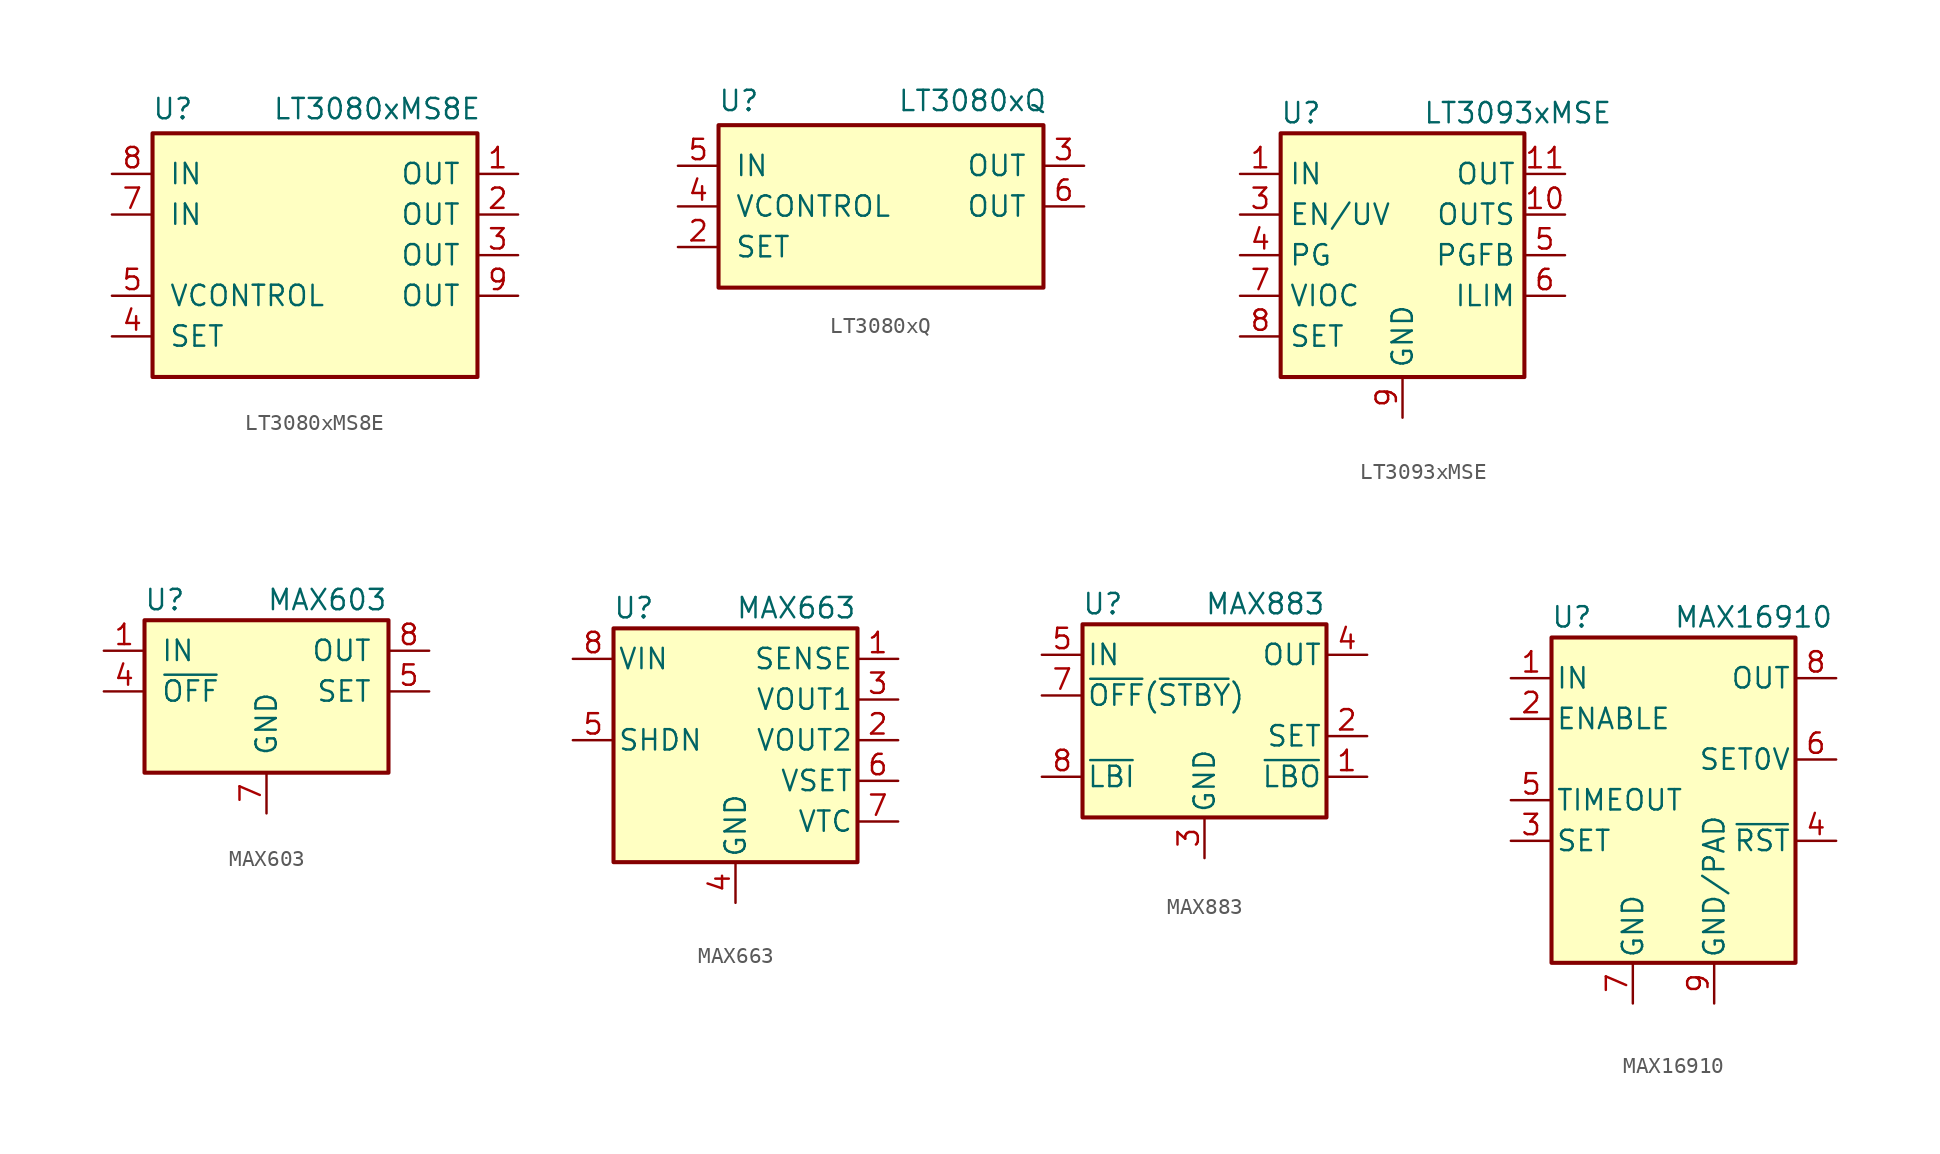
<source format=kicad_sym>
(kicad_symbol_lib
  (version 20200908)
  (generator kicad_symbol_editor)
  (symbol "Regulator_Linear:LT3080xMS8E"
    (pin_names
      (offset 1.016))
    (property "Reference" "U"
      (at -8.89 9.144 0)
      (effects (font (size 1.27 1.27))))
    (property "Value" "LT3080xMS8E"
      (at 10.414 9.144 0)
      (effects (font (size 1.27 1.27)) (justify right)))
    (symbol "LT3080xMS8E_0_1"
      (rectangle (start -10.16 7.62) (end 10.16 -7.62) (stroke (width 0.254)) (fill (type background))))
    (symbol "LT3080xMS8E_1_1"
      (pin power_out line (at 12.7 5.08 180) (length 2.54) (name "OUT" (effects (font (size 1.27 1.27)))) (number "1" (effects (font (size 1.27 1.27)))))
      (pin power_out line (at 12.7 2.54 180) (length 2.54) (name "OUT" (effects (font (size 1.27 1.27)))) (number "2" (effects (font (size 1.27 1.27)))))
      (pin power_out line (at 12.7 0 180) (length 2.54) (name "OUT" (effects (font (size 1.27 1.27)))) (number "3" (effects (font (size 1.27 1.27)))))
      (pin input line (at -12.7 -5.08 0) (length 2.54) (name "SET" (effects (font (size 1.27 1.27)))) (number "4" (effects (font (size 1.27 1.27)))))
      (pin input line (at -12.7 -2.54 0) (length 2.54) (name "VCONTROL" (effects (font (size 1.27 1.27)))) (number "5" (effects (font (size 1.27 1.27)))))
      (pin unconnected line (at -10.16 0 0) (length 2.54) hide (name "NC" (effects (font (size 1.27 1.27)))) (number "6" (effects (font (size 1.27 1.27)))))
      (pin power_in line (at -12.7 2.54 0) (length 2.54) (name "IN" (effects (font (size 1.27 1.27)))) (number "7" (effects (font (size 1.27 1.27)))))
      (pin power_in line (at -12.7 5.08 0) (length 2.54) (name "IN" (effects (font (size 1.27 1.27)))) (number "8" (effects (font (size 1.27 1.27)))))
      (pin power_out line (at 12.7 -2.54 180) (length 2.54) (name "OUT" (effects (font (size 1.27 1.27)))) (number "9" (effects (font (size 1.27 1.27)))))))
  (symbol "Regulator_Linear:LT3080xQ"
    (pin_names
      (offset 1.016))
    (property "Reference" "U"
      (at -8.89 6.604 0)
      (effects (font (size 1.27 1.27))))
    (property "Value" "LT3080xQ"
      (at 10.414 6.604 0)
      (effects (font (size 1.27 1.27)) (justify right)))
    (symbol "LT3080xQ_0_1"
      (rectangle (start -10.16 5.08) (end 10.16 -5.08) (stroke (width 0.254)) (fill (type background))))
    (symbol "LT3080xQ_1_1"
      (pin unconnected line (at 10.16 -2.54 180) (length 2.54) hide (name "NC" (effects (font (size 1.27 1.27)))) (number "1" (effects (font (size 1.27 1.27)))))
      (pin input line (at -12.7 -2.54 0) (length 2.54) (name "SET" (effects (font (size 1.27 1.27)))) (number "2" (effects (font (size 1.27 1.27)))))
      (pin power_out line (at 12.7 2.54 180) (length 2.54) (name "OUT" (effects (font (size 1.27 1.27)))) (number "3" (effects (font (size 1.27 1.27)))))
      (pin input line (at -12.7 0 0) (length 2.54) (name "VCONTROL" (effects (font (size 1.27 1.27)))) (number "4" (effects (font (size 1.27 1.27)))))
      (pin power_in line (at -12.7 2.54 0) (length 2.54) (name "IN" (effects (font (size 1.27 1.27)))) (number "5" (effects (font (size 1.27 1.27)))))
      (pin power_out line (at 12.7 0 180) (length 2.54) (name "OUT" (effects (font (size 1.27 1.27)))) (number "6" (effects (font (size 1.27 1.27)))))))
  (symbol "Regulator_Linear:LT3093xMSE"
    (property "Reference" "U"
      (at -6.35 8.89 0)
      (effects (font (size 1.27 1.27))))
    (property "Value" "LT3093xMSE"
      (at 1.27 8.89 0)
      (effects (font (size 1.27 1.27)) (justify left)))
    (symbol "LT3093xMSE_0_1"
      (rectangle (start 7.62 7.62) (end -7.62 -7.62) (stroke (width 0.254)) (fill (type background))))
    (symbol "LT3093xMSE_0_0"
      (pin passive line (at 10.16 5.08 180) (length 2.54) hide (name "OUT" (effects (font (size 1.27 1.27)))) (number "12" (effects (font (size 1.27 1.27)))))
      (pin passive line (at -10.16 5.08 0) (length 2.54) hide (name "IN" (effects (font (size 1.27 1.27)))) (number "13" (effects (font (size 1.27 1.27))))))
    (symbol "LT3093xMSE_1_1"
      (pin power_in line (at -10.16 5.08 0) (length 2.54) (name "IN" (effects (font (size 1.27 1.27)))) (number "1" (effects (font (size 1.27 1.27)))))
      (pin input line (at 10.16 2.54 180) (length 2.54) (name "OUTS" (effects (font (size 1.27 1.27)))) (number "10" (effects (font (size 1.27 1.27)))))
      (pin power_out line (at 10.16 5.08 180) (length 2.54) (name "OUT" (effects (font (size 1.27 1.27)))) (number "11" (effects (font (size 1.27 1.27)))))
      (pin passive line (at -10.16 5.08 0) (length 2.54) hide (name "IN" (effects (font (size 1.27 1.27)))) (number "2" (effects (font (size 1.27 1.27)))))
      (pin input line (at -10.16 2.54 0) (length 2.54) (name "EN/UV" (effects (font (size 1.27 1.27)))) (number "3" (effects (font (size 1.27 1.27)))))
      (pin open_collector line (at -10.16 0 0) (length 2.54) (name "PG" (effects (font (size 1.27 1.27)))) (number "4" (effects (font (size 1.27 1.27)))))
      (pin input line (at 10.16 0 180) (length 2.54) (name "PGFB" (effects (font (size 1.27 1.27)))) (number "5" (effects (font (size 1.27 1.27)))))
      (pin passive line (at 10.16 -2.54 180) (length 2.54) (name "ILIM" (effects (font (size 1.27 1.27)))) (number "6" (effects (font (size 1.27 1.27)))))
      (pin passive line (at -10.16 -2.54 0) (length 2.54) (name "VIOC" (effects (font (size 1.27 1.27)))) (number "7" (effects (font (size 1.27 1.27)))))
      (pin passive line (at -10.16 -5.08 0) (length 2.54) (name "SET" (effects (font (size 1.27 1.27)))) (number "8" (effects (font (size 1.27 1.27)))))
      (pin power_in line (at 0 -10.16 90) (length 2.54) (name "GND" (effects (font (size 1.27 1.27)))) (number "9" (effects (font (size 1.27 1.27)))))))
  (symbol "Regulator_Linear:MAX603"
    (pin_names
      (offset 1.016))
    (property "Reference" "U"
      (at -6.35 5.715 0)
      (effects (font (size 1.27 1.27))))
    (property "Value" "MAX603"
      (at 0 5.715 0)
      (effects (font (size 1.27 1.27)) (justify left)))
    (symbol "MAX603_0_1"
      (rectangle (start -7.62 4.445) (end 7.62 -5.08) (stroke (width 0.254)) (fill (type background))))
    (symbol "MAX603_1_1"
      (pin power_in line (at -10.16 2.54 0) (length 2.54) (name "IN" (effects (font (size 1.27 1.27)))) (number "1" (effects (font (size 1.27 1.27)))))
      (pin passive line (at 0 -7.62 90) (length 2.54) hide (name "GND" (effects (font (size 1.27 1.27)))) (number "2" (effects (font (size 1.27 1.27)))))
      (pin passive line (at 0 -7.62 90) (length 2.54) hide (name "GND" (effects (font (size 1.27 1.27)))) (number "3" (effects (font (size 1.27 1.27)))))
      (pin input line (at -10.16 0 0) (length 2.54) (name "~OFF" (effects (font (size 1.27 1.27)))) (number "4" (effects (font (size 1.27 1.27)))))
      (pin passive line (at 10.16 0 180) (length 2.54) (name "SET" (effects (font (size 1.27 1.27)))) (number "5" (effects (font (size 1.27 1.27)))))
      (pin passive line (at 0 -7.62 90) (length 2.54) hide (name "GND" (effects (font (size 1.27 1.27)))) (number "6" (effects (font (size 1.27 1.27)))))
      (pin power_in line (at 0 -7.62 90) (length 2.54) (name "GND" (effects (font (size 1.27 1.27)))) (number "7" (effects (font (size 1.27 1.27)))))
      (pin power_out line (at 10.16 2.54 180) (length 2.54) (name "OUT" (effects (font (size 1.27 1.27)))) (number "8" (effects (font (size 1.27 1.27)))))))
  (symbol "Regulator_Linear:MAX663"
    (pin_names
      (offset 0.254))
    (property "Reference" "U"
      (at -6.35 8.255 0)
      (effects (font (size 1.27 1.27))))
    (property "Value" "MAX663"
      (at 0 8.255 0)
      (effects (font (size 1.27 1.27)) (justify left)))
    (symbol "MAX663_0_1"
      (rectangle (start -7.62 -7.62) (end 7.62 6.985) (stroke (width 0.254)) (fill (type background))))
    (symbol "MAX663_1_1"
      (pin input line (at 10.16 5.08 180) (length 2.54) (name "SENSE" (effects (font (size 1.27 1.27)))) (number "1" (effects (font (size 1.27 1.27)))))
      (pin power_out line (at 10.16 0 180) (length 2.54) (name "VOUT2" (effects (font (size 1.27 1.27)))) (number "2" (effects (font (size 1.27 1.27)))))
      (pin power_out line (at 10.16 2.54 180) (length 2.54) (name "VOUT1" (effects (font (size 1.27 1.27)))) (number "3" (effects (font (size 1.27 1.27)))))
      (pin power_in line (at 0 -10.16 90) (length 2.54) (name "GND" (effects (font (size 1.27 1.27)))) (number "4" (effects (font (size 1.27 1.27)))))
      (pin input line (at -10.16 0 0) (length 2.54) (name "SHDN" (effects (font (size 1.27 1.27)))) (number "5" (effects (font (size 1.27 1.27)))))
      (pin input line (at 10.16 -2.54 180) (length 2.54) (name "VSET" (effects (font (size 1.27 1.27)))) (number "6" (effects (font (size 1.27 1.27)))))
      (pin output line (at 10.16 -5.08 180) (length 2.54) (name "VTC" (effects (font (size 1.27 1.27)))) (number "7" (effects (font (size 1.27 1.27)))))
      (pin power_in line (at -10.16 5.08 0) (length 2.54) (name "VIN" (effects (font (size 1.27 1.27)))) (number "8" (effects (font (size 1.27 1.27)))))))
  (symbol "Regulator_Linear:MAX883"
    (pin_names
      (offset 0.254))
    (property "Reference" "U"
      (at -6.35 8.255 0)
      (effects (font (size 1.27 1.27))))
    (property "Value" "MAX883"
      (at 0 8.255 0)
      (effects (font (size 1.27 1.27)) (justify left)))
    (symbol "MAX883_0_1"
      (rectangle (start -7.62 6.985) (end 7.62 -5.08) (stroke (width 0.254)) (fill (type background))))
    (symbol "MAX883_1_1"
      (pin open_collector line (at 10.16 -2.54 180) (length 2.54) (name "~LBO" (effects (font (size 1.27 1.27)))) (number "1" (effects (font (size 1.27 1.27)))))
      (pin passive line (at 10.16 0 180) (length 2.54) (name "SET" (effects (font (size 1.27 1.27)))) (number "2" (effects (font (size 1.27 1.27)))))
      (pin power_in line (at 0 -7.62 90) (length 2.54) (name "GND" (effects (font (size 1.27 1.27)))) (number "3" (effects (font (size 1.27 1.27)))))
      (pin power_out line (at 10.16 5.08 180) (length 2.54) (name "OUT" (effects (font (size 1.27 1.27)))) (number "4" (effects (font (size 1.27 1.27)))))
      (pin power_in line (at -10.16 5.08 0) (length 2.54) (name "IN" (effects (font (size 1.27 1.27)))) (number "5" (effects (font (size 1.27 1.27)))))
      (pin passive line (at 0 -7.62 90) (length 2.54) hide (name "GND" (effects (font (size 1.27 1.27)))) (number "6" (effects (font (size 1.27 1.27)))))
      (pin input line (at -10.16 2.54 0) (length 2.54) (name "~OFF~(~STBY~)" (effects (font (size 1.27 1.27)))) (number "7" (effects (font (size 1.27 1.27)))))
      (pin input line (at -10.16 -2.54 0) (length 2.54) (name "~LBI" (effects (font (size 1.27 1.27)))) (number "8" (effects (font (size 1.27 1.27)))))))
  (symbol "Regulator_Linear:MAX16910"
    (pin_names
      (offset 0.254))
    (property "Reference" "U"
      (at -6.35 11.43 0)
      (effects (font (size 1.27 1.27))))
    (property "Value" "MAX16910"
      (at 0 11.43 0)
      (effects (font (size 1.27 1.27)) (justify left)))
    (symbol "MAX16910_0_1"
      (rectangle (start -7.62 10.16) (end 7.62 -10.16) (stroke (width 0.254)) (fill (type background))))
    (symbol "MAX16910_1_1"
      (pin power_in line (at -10.16 7.62 0) (length 2.54) (name "IN" (effects (font (size 1.27 1.27)))) (number "1" (effects (font (size 1.27 1.27)))))
      (pin input line (at -10.16 5.08 0) (length 2.54) (name "ENABLE" (effects (font (size 1.27 1.27)))) (number "2" (effects (font (size 1.27 1.27)))))
      (pin input line (at -10.16 -2.54 0) (length 2.54) (name "SET" (effects (font (size 1.27 1.27)))) (number "3" (effects (font (size 1.27 1.27)))))
      (pin open_collector line (at 10.16 -2.54 180) (length 2.54) (name "~RST" (effects (font (size 1.27 1.27)))) (number "4" (effects (font (size 1.27 1.27)))))
      (pin passive line (at -10.16 0 0) (length 2.54) (name "TIMEOUT" (effects (font (size 1.27 1.27)))) (number "5" (effects (font (size 1.27 1.27)))))
      (pin input line (at 10.16 2.54 180) (length 2.54) (name "SET0V" (effects (font (size 1.27 1.27)))) (number "6" (effects (font (size 1.27 1.27)))))
      (pin power_in line (at -2.54 -12.7 90) (length 2.54) (name "GND" (effects (font (size 1.27 1.27)))) (number "7" (effects (font (size 1.27 1.27)))))
      (pin power_out line (at 10.16 7.62 180) (length 2.54) (name "OUT" (effects (font (size 1.27 1.27)))) (number "8" (effects (font (size 1.27 1.27)))))
      (pin power_in line (at 2.54 -12.7 90) (length 2.54) (name "GND/PAD" (effects (font (size 1.27 1.27)))) (number "9" (effects (font (size 1.27 1.27))))))))
</source>
